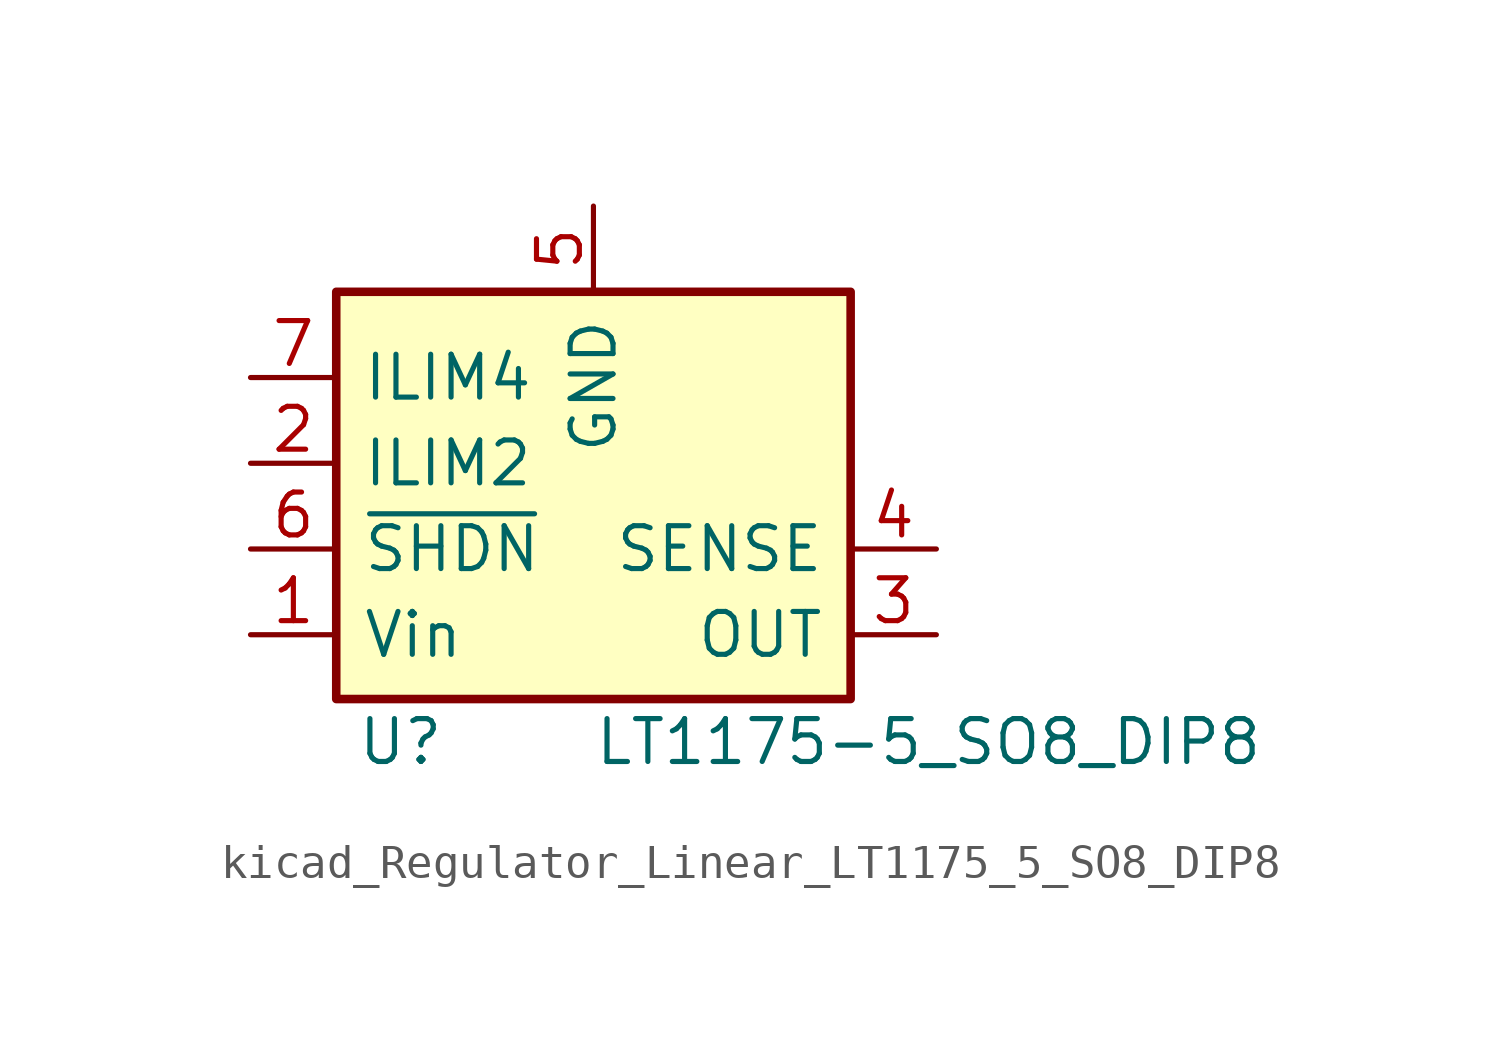
<source format=kicad_sym>
(kicad_symbol_lib
  (version 20220914)
  (generator kicad_symbol_editor)
  (symbol "kicad_Regulator_Linear_LT1175_5_SO8_DIP8"
    (pin_names
      (offset 0.762))
    (property "Reference" "U"
      (at -5.715 -8.255 0)
      (effects (font (size 1.27 1.27))))
    (property "Value" "LT1175-5_SO8_DIP8"
      (at 0 -8.255 0)
      (effects (font (size 1.27 1.27)) (justify left)))
    (symbol "kicad_Regulator_Linear_LT1175_5_SO8_DIP8_0_1"
      (rectangle (start -7.62 -6.985) (end 7.62 5.08) (stroke (width 0.254) (type default)) (fill (type background))))
    (symbol "kicad_Regulator_Linear_LT1175_5_SO8_DIP8_1_1"
      (pin power_in line (at -10.16 -5.08 0) (length 2.54) (name "Vin" (effects (font (size 1.27 1.27)))) (number "1" (effects (font (size 1.27 1.27)))))
      (pin input line (at -10.16 0 0) (length 2.54) (name "ILIM2" (effects (font (size 1.27 1.27)))) (number "2" (effects (font (size 1.27 1.27)))))
      (pin power_out line (at 10.16 -5.08 180) (length 2.54) (name "OUT" (effects (font (size 1.27 1.27)))) (number "3" (effects (font (size 1.27 1.27)))))
      (pin input line (at 10.16 -2.54 180) (length 2.54) (name "SENSE" (effects (font (size 1.27 1.27)))) (number "4" (effects (font (size 1.27 1.27)))))
      (pin power_in line (at 0 7.62 270) (length 2.54) (name "GND" (effects (font (size 1.27 1.27)))) (number "5" (effects (font (size 1.27 1.27)))))
      (pin input line (at -10.16 -2.54 0) (length 2.54) (name "~{SHDN}" (effects (font (size 1.27 1.27)))) (number "6" (effects (font (size 1.27 1.27)))))
      (pin input line (at -10.16 2.54 0) (length 2.54) (name "ILIM4" (effects (font (size 1.27 1.27)))) (number "7" (effects (font (size 1.27 1.27)))))
      (pin passive line (at -10.16 -5.08 0) (length 2.54) hide (name "Vin" (effects (font (size 1.27 1.27)))) (number "8" (effects (font (size 1.27 1.27))))))))
</source>
